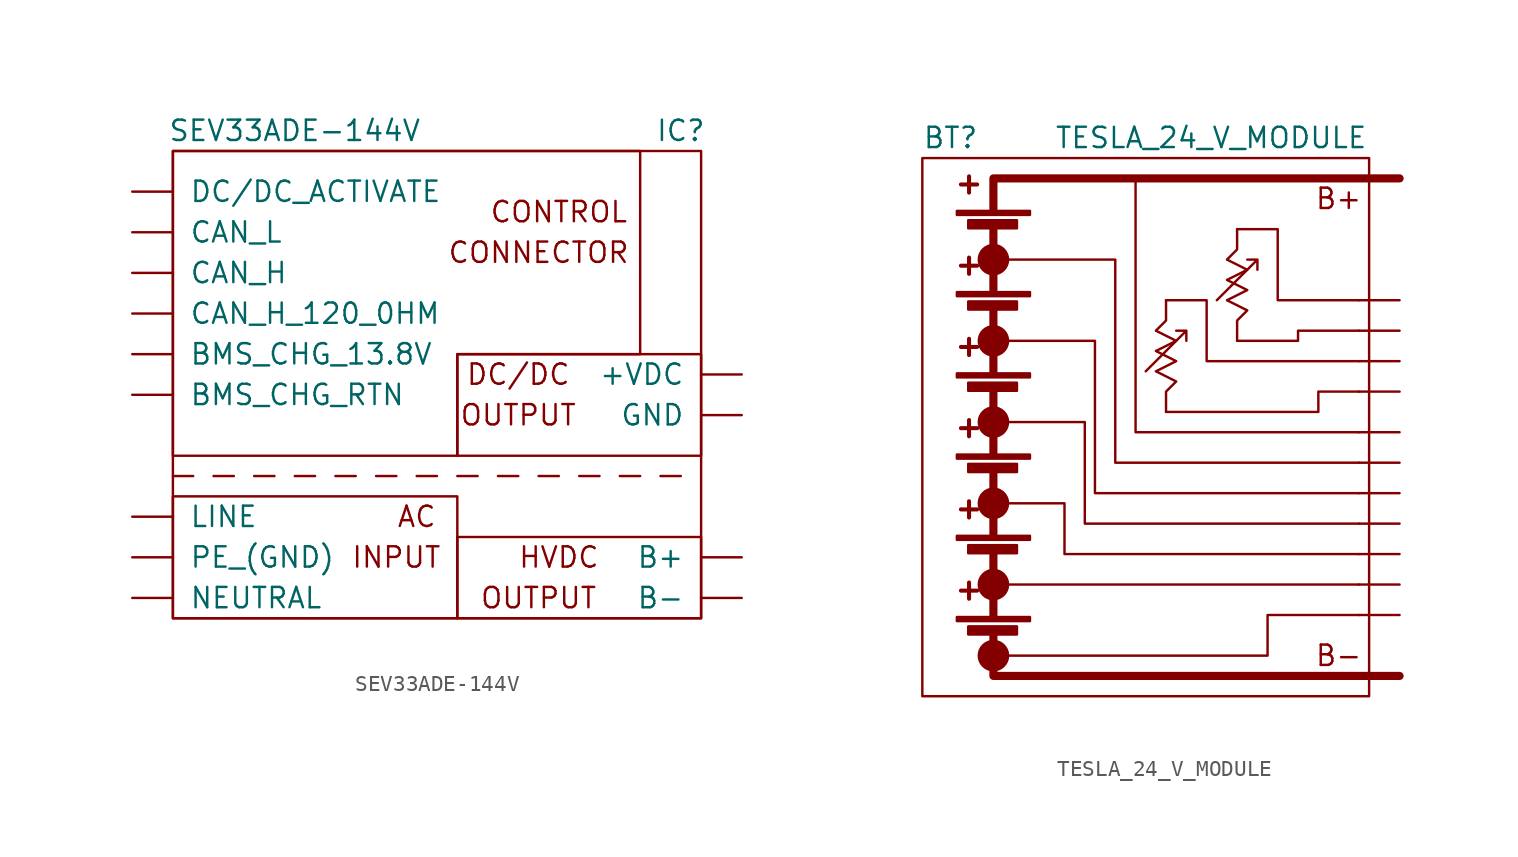
<source format=kicad_sym>
(kicad_symbol_lib
  (version 20211014)
  (generator kicad_symbol_editor)
  (symbol "SEV33ADE-144V"
    (pin_names
      (offset 1.016))
    (property "Reference" "IC"
      (at 34.29 30.48 0)
      (effects (font (size 1.27 1.27))))
    (property "Value" "SEV33ADE-144V"
      (at 10.16 30.48 0)
      (effects (font (size 1.27 1.27))))
    (symbol "SEV33ADE-144V_0_0"
      (polyline (pts (xy 2.54 8.89) (xy 3.81 8.89)) (stroke (width 0) (type default) (color 0 0 0 0)) (fill (type none)))
      (polyline (pts (xy 2.54 29.21) (xy 2.54 11.43) (xy 2.54 10.16) (xy 20.32 10.16) (xy 20.32 16.51) (xy 31.75 16.51) (xy 31.75 29.21) (xy 2.54 29.21)) (stroke (width 0) (type default) (color 0 0 0 0)) (fill (type none)))
      (rectangle (start 2.54 0) (end 20.32 7.62) (stroke (width 0) (type default) (color 0 0 0 0)) (fill (type none)))
      (rectangle (start 2.54 29.21) (end 35.56 0) (stroke (width 0) (type default) (color 0 0 0 0)) (fill (type none)))
      (rectangle (start 20.32 5.08) (end 35.56 0) (stroke (width 0) (type default) (color 0 0 0 0)) (fill (type none)))
      (rectangle (start 20.32 16.51) (end 35.56 10.16) (stroke (width 0) (type default) (color 0 0 0 0)) (fill (type none)))
      (text "AC" (at 17.78 6.35 0) (effects (font (size 1.27 1.27))))
      (text "CONNECTOR" (at 25.4 22.86 0) (effects (font (size 1.27 1.27))))
      (text "CONTROL" (at 26.67 25.4 0) (effects (font (size 1.27 1.27))))
      (text "DC/DC" (at 24.13 15.24 0) (effects (font (size 1.27 1.27))))
      (text "HVDC" (at 26.67 3.81 0) (effects (font (size 1.27 1.27))))
      (text "INPUT" (at 16.51 3.81 0) (effects (font (size 1.27 1.27))))
      (text "OUTPUT" (at 24.13 12.7 0) (effects (font (size 1.27 1.27))))
      (text "OUTPUT" (at 25.4 1.27 0) (effects (font (size 1.27 1.27)))))
    (symbol "SEV33ADE-144V_1_1"
      (polyline (pts (xy 5.08 8.89) (xy 6.35 8.89)) (stroke (width 0) (type default) (color 0 0 0 0)) (fill (type none)))
      (polyline (pts (xy 7.62 8.89) (xy 8.89 8.89)) (stroke (width 0) (type default) (color 0 0 0 0)) (fill (type none)))
      (polyline (pts (xy 10.16 8.89) (xy 11.43 8.89)) (stroke (width 0) (type default) (color 0 0 0 0)) (fill (type none)))
      (polyline (pts (xy 12.7 8.89) (xy 13.97 8.89)) (stroke (width 0) (type default) (color 0 0 0 0)) (fill (type none)))
      (polyline (pts (xy 15.24 8.89) (xy 16.51 8.89)) (stroke (width 0) (type default) (color 0 0 0 0)) (fill (type none)))
      (polyline (pts (xy 17.78 8.89) (xy 19.05 8.89)) (stroke (width 0) (type default) (color 0 0 0 0)) (fill (type none)))
      (polyline (pts (xy 20.32 8.89) (xy 21.59 8.89)) (stroke (width 0) (type default) (color 0 0 0 0)) (fill (type none)))
      (polyline (pts (xy 22.86 8.89) (xy 24.13 8.89)) (stroke (width 0) (type default) (color 0 0 0 0)) (fill (type none)))
      (polyline (pts (xy 25.4 8.89) (xy 26.67 8.89)) (stroke (width 0) (type default) (color 0 0 0 0)) (fill (type none)))
      (polyline (pts (xy 27.94 8.89) (xy 29.21 8.89)) (stroke (width 0) (type default) (color 0 0 0 0)) (fill (type none)))
      (polyline (pts (xy 30.48 8.89) (xy 31.75 8.89)) (stroke (width 0) (type default) (color 0 0 0 0)) (fill (type none)))
      (polyline (pts (xy 33.02 8.89) (xy 34.29 8.89)) (stroke (width 0) (type default) (color 0 0 0 0)) (fill (type none)))
      (pin power_out line (at 38.1 15.24 180) (length 2.54) (name "+VDC" (effects (font (size 1.27 1.27)))) (number "~" (effects (font (size 1.27 1.27)))))
      (pin power_out line (at 38.1 3.81 180) (length 2.54) (name "B+" (effects (font (size 1.27 1.27)))) (number "~" (effects (font (size 1.27 1.27)))))
      (pin power_out line (at 38.1 1.27 180) (length 2.54) (name "B-" (effects (font (size 1.27 1.27)))) (number "~" (effects (font (size 1.27 1.27)))))
      (pin power_out line (at 0 16.51 0) (length 2.54) (name "BMS_CHG_13.8V" (effects (font (size 1.27 1.27)))) (number "~" (effects (font (size 1.27 1.27)))))
      (pin power_out line (at 0 13.97 0) (length 2.54) (name "BMS_CHG_RTN" (effects (font (size 1.27 1.27)))) (number "~" (effects (font (size 1.27 1.27)))))
      (pin bidirectional line (at 0 21.59 0) (length 2.54) (name "CAN_H" (effects (font (size 1.27 1.27)))) (number "~" (effects (font (size 1.27 1.27)))))
      (pin bidirectional line (at 0 19.05 0) (length 2.54) (name "CAN_H_120_0HM" (effects (font (size 1.27 1.27)))) (number "~" (effects (font (size 1.27 1.27)))))
      (pin bidirectional line (at 0 24.13 0) (length 2.54) (name "CAN_L" (effects (font (size 1.27 1.27)))) (number "~" (effects (font (size 1.27 1.27)))))
      (pin bidirectional line (at 0 26.67 0) (length 2.54) (name "DC/DC_ACTIVATE" (effects (font (size 1.27 1.27)))) (number "~" (effects (font (size 1.27 1.27)))))
      (pin power_out line (at 38.1 12.7 180) (length 2.54) (name "GND" (effects (font (size 1.27 1.27)))) (number "~" (effects (font (size 1.27 1.27)))))
      (pin power_in line (at 0 6.35 0) (length 2.54) (name "LINE" (effects (font (size 1.27 1.27)))) (number "~" (effects (font (size 1.27 1.27)))))
      (pin power_in line (at 0 1.27 0) (length 2.54) (name "NEUTRAL" (effects (font (size 1.27 1.27)))) (number "~" (effects (font (size 1.27 1.27)))))
      (pin power_in line (at 0 3.81 0) (length 2.54) (name "PE_(GND)" (effects (font (size 1.27 1.27)))) (number "~" (effects (font (size 1.27 1.27)))))))
  (symbol "TESLA_24_V_MODULE"
    (pin_numbers hide)
    (pin_names
      (offset 0) hide)
    (property "Reference" "BT"
      (at 0 34.925 0)
      (effects (font (size 1.27 1.27)) (justify left)))
    (property "Value" "TESLA_24_V_MODULE"
      (at 8.255 34.925 0)
      (effects (font (size 1.27 1.27)) (justify left)))
    (symbol "TESLA_24_V_MODULE_0_0"
      (polyline (pts (xy 4.445 4.953) (xy 4.445 6.985)) (stroke (width 0) (type default) (color 0 0 0 0)) (fill (type none)))
      (polyline (pts (xy 4.445 5.08) (xy 4.445 8.89)) (stroke (width 0.508) (type default) (color 0 0 0 0)) (fill (type none)))
      (polyline (pts (xy 4.445 6.985) (xy 27.305 6.985)) (stroke (width 0) (type default) (color 0 0 0 0)) (fill (type none)))
      (polyline (pts (xy 4.42 4.191) (xy 4.445 3.886) (xy 4.445 1.905)) (stroke (width 0) (type default) (color 0 0 0 0)) (fill (type none)))
      (polyline (pts (xy 29.845 32.385) (xy 4.445 32.385) (xy 4.445 30.48)) (stroke (width 0.508) (type default) (color 0 0 0 0)) (fill (type none)))
      (polyline (pts (xy 4.445 12.065) (xy 8.89 12.065) (xy 8.89 8.89) (xy 27.305 8.89)) (stroke (width 0) (type default) (color 0 0 0 0)) (fill (type none)))
      (polyline (pts (xy 4.445 17.145) (xy 10.16 17.145) (xy 10.16 10.795) (xy 27.305 10.795)) (stroke (width 0) (type default) (color 0 0 0 0)) (fill (type none)))
      (polyline (pts (xy 4.445 22.225) (xy 10.795 22.225) (xy 10.795 12.7) (xy 27.305 12.7)) (stroke (width 0) (type default) (color 0 0 0 0)) (fill (type none)))
      (polyline (pts (xy 4.445 27.305) (xy 12.065 27.305) (xy 12.065 14.605) (xy 27.305 14.605)) (stroke (width 0) (type default) (color 0 0 0 0)) (fill (type none)))
      (polyline (pts (xy 4.445 32.385) (xy 13.335 32.385) (xy 13.335 16.51) (xy 27.305 16.51)) (stroke (width 0) (type default) (color 0 0 0 0)) (fill (type none)))
      (polyline (pts (xy 15.24 17.78) (xy 24.765 17.78) (xy 24.765 19.05) (xy 27.305 19.05)) (stroke (width 0) (type default) (color 0 0 0 0)) (fill (type none)))
      (polyline (pts (xy 15.24 24.765) (xy 17.78 24.765) (xy 17.78 20.955) (xy 27.305 20.955)) (stroke (width 0) (type default) (color 0 0 0 0)) (fill (type none)))
      (polyline (pts (xy 19.685 22.225) (xy 23.495 22.225) (xy 23.495 22.86) (xy 27.305 22.86)) (stroke (width 0) (type default) (color 0 0 0 0)) (fill (type none)))
      (polyline (pts (xy 19.685 29.21) (xy 22.225 29.21) (xy 22.225 24.765) (xy 27.305 24.765)) (stroke (width 0) (type default) (color 0 0 0 0)) (fill (type none)))
      (polyline (pts (xy 4.445 2.54) (xy 21.59 2.54) (xy 21.59 4.445) (xy 21.59 5.08) (xy 27.305 5.08)) (stroke (width 0) (type default) (color 0 0 0 0)) (fill (type none)))
      (polyline (pts (xy 13.97 20.32) (xy 16.51 22.86) (xy 15.875 22.86) (xy 16.51 22.86) (xy 16.51 22.225)) (stroke (width 0) (type default) (color 0 0 0 0)) (fill (type none)))
      (polyline (pts (xy 15.24 24.765) (xy 15.24 23.495) (xy 14.605 22.86) (xy 15.875 22.225) (xy 14.605 21.59) (xy 15.875 20.955) (xy 14.605 20.32) (xy 15.875 19.685) (xy 15.24 19.05) (xy 15.24 17.78)) (stroke (width 0) (type default) (color 0 0 0 0)) (fill (type none)))
      (rectangle (start 0 0) (end 27.94 33.655) (stroke (width 0) (type default) (color 0 0 0 0)) (fill (type none)))
      (text "B+" (at 26.035 31.115 0) (effects (font (size 1.27 1.27))))
      (text "B-" (at 26.035 2.54 0) (effects (font (size 1.27 1.27)))))
    (symbol "TESLA_24_V_MODULE_0_1"
      (polyline (pts (xy 2.413 6.604) (xy 3.429 6.604)) (stroke (width 0.254) (type default) (color 0 0 0 0)) (fill (type none)))
      (polyline (pts (xy 2.921 7.112) (xy 2.921 6.096)) (stroke (width 0.254) (type default) (color 0 0 0 0)) (fill (type none)))
      (polyline (pts (xy 29.845 1.27) (xy 4.445 1.27) (xy 4.445 3.81)) (stroke (width 0.508) (type default) (color 0 0 0 0)) (fill (type none)))
      (rectangle (start 2.159 4.953) (end 6.731 4.699) (stroke (width 0) (type default) (color 0 0 0 0)) (fill (type outline)))
      (rectangle (start 2.87 4.369) (end 5.918 3.861) (stroke (width 0) (type default) (color 0 0 0 0)) (fill (type outline))))
    (symbol "TESLA_24_V_MODULE_1_1"
      (polyline (pts (xy 2.413 11.684) (xy 3.429 11.684)) (stroke (width 0.254) (type default) (color 0 0 0 0)) (fill (type none)))
      (polyline (pts (xy 2.413 16.764) (xy 3.429 16.764)) (stroke (width 0.254) (type default) (color 0 0 0 0)) (fill (type none)))
      (polyline (pts (xy 2.413 21.844) (xy 3.429 21.844)) (stroke (width 0.254) (type default) (color 0 0 0 0)) (fill (type none)))
      (polyline (pts (xy 2.413 26.924) (xy 3.429 26.924)) (stroke (width 0.254) (type default) (color 0 0 0 0)) (fill (type none)))
      (polyline (pts (xy 2.413 32.004) (xy 3.429 32.004)) (stroke (width 0.254) (type default) (color 0 0 0 0)) (fill (type none)))
      (polyline (pts (xy 2.921 12.192) (xy 2.921 11.176)) (stroke (width 0.254) (type default) (color 0 0 0 0)) (fill (type none)))
      (polyline (pts (xy 2.921 17.272) (xy 2.921 16.256)) (stroke (width 0.254) (type default) (color 0 0 0 0)) (fill (type none)))
      (polyline (pts (xy 2.921 22.352) (xy 2.921 21.336)) (stroke (width 0.254) (type default) (color 0 0 0 0)) (fill (type none)))
      (polyline (pts (xy 2.921 27.432) (xy 2.921 26.416)) (stroke (width 0.254) (type default) (color 0 0 0 0)) (fill (type none)))
      (polyline (pts (xy 2.921 32.512) (xy 2.921 31.496)) (stroke (width 0.254) (type default) (color 0 0 0 0)) (fill (type none)))
      (polyline (pts (xy 4.445 10.033) (xy 4.445 12.065)) (stroke (width 0) (type default) (color 0 0 0 0)) (fill (type none)))
      (polyline (pts (xy 4.445 10.16) (xy 4.445 13.97)) (stroke (width 0.508) (type default) (color 0 0 0 0)) (fill (type none)))
      (polyline (pts (xy 4.445 15.113) (xy 4.445 17.145)) (stroke (width 0) (type default) (color 0 0 0 0)) (fill (type none)))
      (polyline (pts (xy 4.445 15.24) (xy 4.445 19.05)) (stroke (width 0.508) (type default) (color 0 0 0 0)) (fill (type none)))
      (polyline (pts (xy 4.445 20.193) (xy 4.445 22.225)) (stroke (width 0) (type default) (color 0 0 0 0)) (fill (type none)))
      (polyline (pts (xy 4.445 20.32) (xy 4.445 24.13)) (stroke (width 0.508) (type default) (color 0 0 0 0)) (fill (type none)))
      (polyline (pts (xy 4.445 25.273) (xy 4.445 27.305)) (stroke (width 0) (type default) (color 0 0 0 0)) (fill (type none)))
      (polyline (pts (xy 4.445 25.4) (xy 4.445 29.21)) (stroke (width 0.508) (type default) (color 0 0 0 0)) (fill (type none)))
      (polyline (pts (xy 4.445 30.353) (xy 4.445 32.385)) (stroke (width 0) (type default) (color 0 0 0 0)) (fill (type none)))
      (polyline (pts (xy 4.42 9.271) (xy 4.445 8.966) (xy 4.445 6.985)) (stroke (width 0) (type default) (color 0 0 0 0)) (fill (type none)))
      (polyline (pts (xy 4.42 14.351) (xy 4.445 14.046) (xy 4.445 12.065)) (stroke (width 0) (type default) (color 0 0 0 0)) (fill (type none)))
      (polyline (pts (xy 4.42 19.431) (xy 4.445 19.126) (xy 4.445 17.145)) (stroke (width 0) (type default) (color 0 0 0 0)) (fill (type none)))
      (polyline (pts (xy 4.42 24.511) (xy 4.445 24.206) (xy 4.445 22.225)) (stroke (width 0) (type default) (color 0 0 0 0)) (fill (type none)))
      (polyline (pts (xy 4.42 29.591) (xy 4.445 29.286) (xy 4.445 27.305)) (stroke (width 0) (type default) (color 0 0 0 0)) (fill (type none)))
      (polyline (pts (xy 18.415 24.765) (xy 20.955 27.305) (xy 20.32 27.305) (xy 20.955 27.305) (xy 20.955 26.67)) (stroke (width 0) (type default) (color 0 0 0 0)) (fill (type none)))
      (polyline (pts (xy 19.685 29.21) (xy 19.685 27.94) (xy 19.05 27.305) (xy 20.32 26.67) (xy 19.05 26.035) (xy 20.32 25.4) (xy 19.05 24.765) (xy 20.32 24.13) (xy 19.685 23.495) (xy 19.685 22.225)) (stroke (width 0) (type default) (color 0 0 0 0)) (fill (type none)))
      (rectangle (start 2.159 10.033) (end 6.731 9.779) (stroke (width 0) (type default) (color 0 0 0 0)) (fill (type outline)))
      (rectangle (start 2.159 15.113) (end 6.731 14.859) (stroke (width 0) (type default) (color 0 0 0 0)) (fill (type outline)))
      (rectangle (start 2.159 20.193) (end 6.731 19.939) (stroke (width 0) (type default) (color 0 0 0 0)) (fill (type outline)))
      (rectangle (start 2.159 25.273) (end 6.731 25.019) (stroke (width 0) (type default) (color 0 0 0 0)) (fill (type outline)))
      (rectangle (start 2.159 30.353) (end 6.731 30.099) (stroke (width 0) (type default) (color 0 0 0 0)) (fill (type outline)))
      (rectangle (start 2.87 9.449) (end 5.918 8.941) (stroke (width 0) (type default) (color 0 0 0 0)) (fill (type outline)))
      (rectangle (start 2.87 14.529) (end 5.918 14.021) (stroke (width 0) (type default) (color 0 0 0 0)) (fill (type outline)))
      (rectangle (start 2.87 19.609) (end 5.918 19.101) (stroke (width 0) (type default) (color 0 0 0 0)) (fill (type outline)))
      (rectangle (start 2.87 24.689) (end 5.918 24.181) (stroke (width 0) (type default) (color 0 0 0 0)) (fill (type outline)))
      (rectangle (start 2.87 29.769) (end 5.918 29.261) (stroke (width 0) (type default) (color 0 0 0 0)) (fill (type outline)))
      (circle (center 4.445 2.54) (radius 0.0001) (stroke (width 0.991) (type default) (color 0 0 0 0)) (fill (type none)))
      (circle (center 4.445 6.985) (radius 0.0001) (stroke (width 0.991) (type default) (color 0 0 0 0)) (fill (type none)))
      (circle (center 4.445 12.065) (radius 0.0001) (stroke (width 0.991) (type default) (color 0 0 0 0)) (fill (type none)))
      (circle (center 4.445 17.145) (radius 0.0001) (stroke (width 0.991) (type default) (color 0 0 0 0)) (fill (type none)))
      (circle (center 4.445 22.225) (radius 0.0001) (stroke (width 0.991) (type default) (color 0 0 0 0)) (fill (type none)))
      (circle (center 4.445 27.305) (radius 0.0001) (stroke (width 0.991) (type default) (color 0 0 0 0)) (fill (type none)))
      (pin passive line (at 29.845 32.385 180) (length 2.54) (name "B+" (effects (font (size 1.27 1.27)))) (number "~" (effects (font (size 1.27 1.27)))))
      (pin passive line (at 29.845 1.27 180) (length 2.54) (name "B-" (effects (font (size 1.27 1.27)))) (number "~" (effects (font (size 1.27 1.27)))))
      (pin passive line (at 29.845 6.985 180) (length 2.54) (name "CELL1+" (effects (font (size 1.27 1.27)))) (number "~" (effects (font (size 1.27 1.27)))))
      (pin passive line (at 29.845 5.08 180) (length 2.54) (name "CELL1-" (effects (font (size 1.27 1.27)))) (number "~" (effects (font (size 1.27 1.27)))))
      (pin passive line (at 29.845 8.89 180) (length 2.54) (name "CELL2+" (effects (font (size 1.27 1.27)))) (number "~" (effects (font (size 1.27 1.27)))))
      (pin passive line (at 29.845 10.795 180) (length 2.54) (name "CELL3+" (effects (font (size 1.27 1.27)))) (number "~" (effects (font (size 1.27 1.27)))))
      (pin passive line (at 29.845 12.7 180) (length 2.54) (name "CELL4+" (effects (font (size 1.27 1.27)))) (number "~" (effects (font (size 1.27 1.27)))))
      (pin passive line (at 29.845 14.605 180) (length 2.54) (name "CELL5+" (effects (font (size 1.27 1.27)))) (number "~" (effects (font (size 1.27 1.27)))))
      (pin passive line (at 29.845 16.51 180) (length 2.54) (name "CELL6+" (effects (font (size 1.27 1.27)))) (number "~" (effects (font (size 1.27 1.27)))))
      (pin passive line (at 29.845 20.955 180) (length 2.54) (name "THERM1+" (effects (font (size 1.27 1.27)))) (number "~" (effects (font (size 1.27 1.27)))))
      (pin passive line (at 29.845 19.05 180) (length 2.54) (name "THERM1-" (effects (font (size 1.27 1.27)))) (number "~" (effects (font (size 1.27 1.27)))))
      (pin passive line (at 29.845 24.765 180) (length 2.54) (name "THERM2+" (effects (font (size 1.27 1.27)))) (number "~" (effects (font (size 1.27 1.27)))))
      (pin passive line (at 29.845 22.86 180) (length 2.54) (name "THERM2-" (effects (font (size 1.27 1.27)))) (number "~" (effects (font (size 1.27 1.27))))))))
</source>
